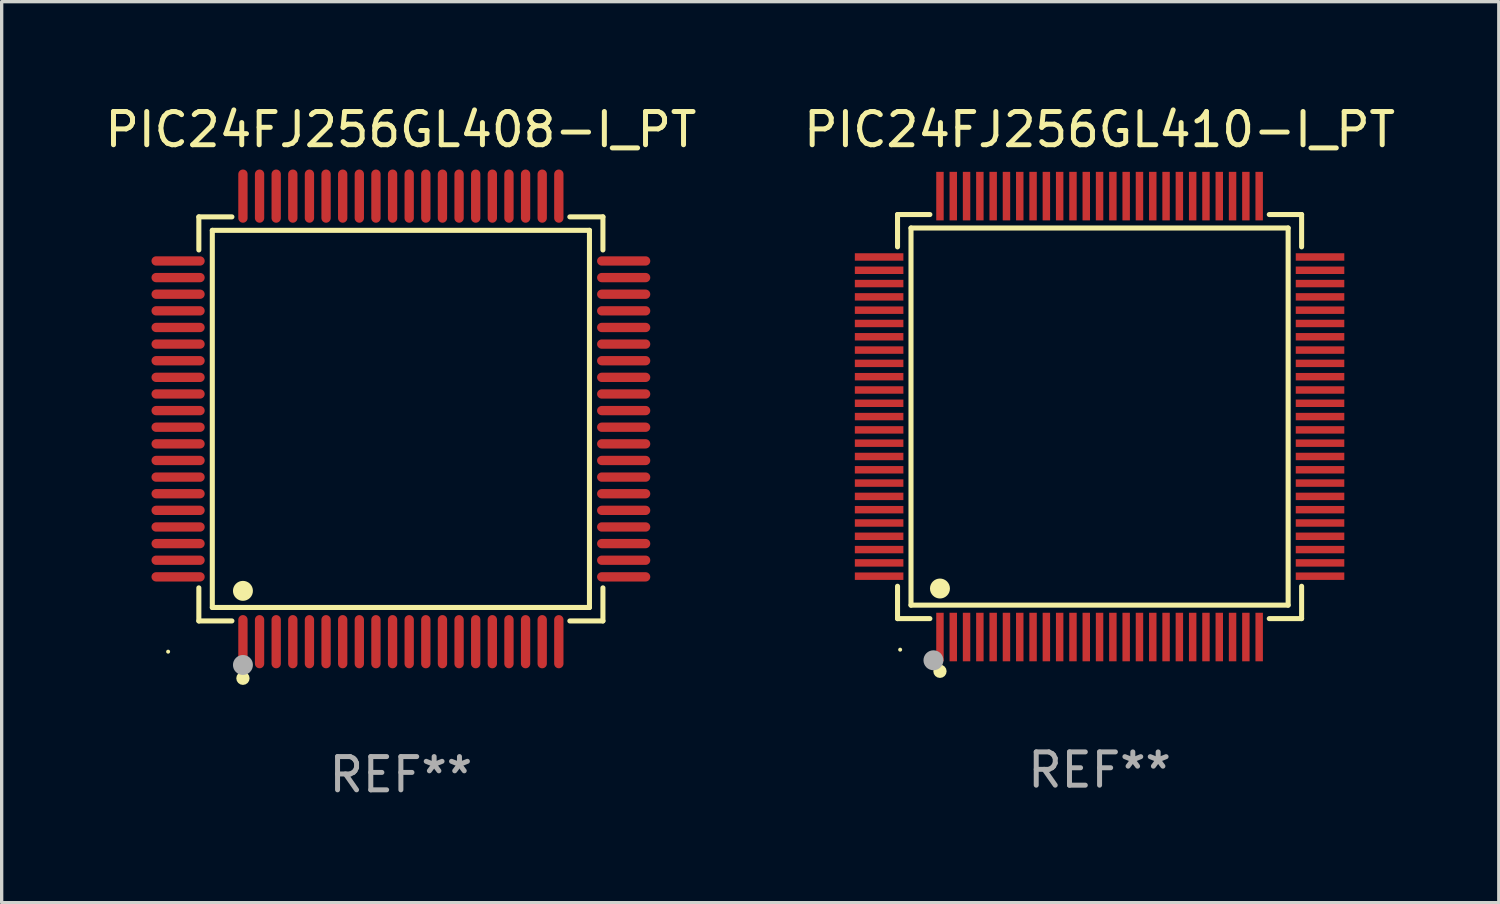
<source format=kicad_pcb>
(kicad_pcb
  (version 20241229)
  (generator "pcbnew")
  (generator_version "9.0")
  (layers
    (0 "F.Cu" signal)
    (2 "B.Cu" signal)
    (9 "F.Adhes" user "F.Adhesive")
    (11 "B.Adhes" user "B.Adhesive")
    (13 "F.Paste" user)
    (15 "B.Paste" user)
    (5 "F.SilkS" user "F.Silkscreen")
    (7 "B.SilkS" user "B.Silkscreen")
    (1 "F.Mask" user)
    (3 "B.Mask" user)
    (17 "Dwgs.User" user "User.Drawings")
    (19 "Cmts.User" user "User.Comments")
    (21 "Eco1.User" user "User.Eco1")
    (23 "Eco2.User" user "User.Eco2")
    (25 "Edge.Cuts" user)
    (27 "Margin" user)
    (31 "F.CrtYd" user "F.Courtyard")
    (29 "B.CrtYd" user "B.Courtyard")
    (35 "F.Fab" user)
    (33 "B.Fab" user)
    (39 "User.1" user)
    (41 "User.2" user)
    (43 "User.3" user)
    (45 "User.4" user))
  (footprint "PIC24FJ256GL408-I_PT"
    (layer "F.Cu")
    (at 9.006 9.548)
    (property "Reference" "PIC24FJ256GL408-I_PT" (at 0 -8.7 0) (layer "F.SilkS") (effects (font (size 1 1) (thickness 0.15))))
    (attr through_hole)
    (fp_line (start -6.076 -6.076) (end -5.081 -6.076) (stroke (width 0.152) (type solid)) (layer "F.SilkS"))
    (fp_line (start -6.076 -5.081) (end -6.076 -6.076) (stroke (width 0.152) (type solid)) (layer "F.SilkS"))
    (fp_line (start -6.076 5.081) (end -6.076 6.076) (stroke (width 0.152) (type solid)) (layer "F.SilkS"))
    (fp_line (start -6.076 6.076) (end -5.081 6.076) (stroke (width 0.152) (type solid)) (layer "F.SilkS"))
    (fp_line (start -5.671 -5.671) (end 5.671 -5.671) (stroke (width 0.152) (type solid)) (layer "F.SilkS"))
    (fp_line (start -5.671 5.671) (end -5.671 -5.671) (stroke (width 0.152) (type solid)) (layer "F.SilkS"))
    (fp_line (start 5.671 -5.671) (end 5.671 5.671) (stroke (width 0.152) (type solid)) (layer "F.SilkS"))
    (fp_line (start 5.671 5.671) (end -5.671 5.671) (stroke (width 0.152) (type solid)) (layer "F.SilkS"))
    (fp_line (start 6.076 -6.076) (end 5.081 -6.076) (stroke (width 0.152) (type solid)) (layer "F.SilkS"))
    (fp_line (start 6.076 -5.081) (end 6.076 -6.076) (stroke (width 0.152) (type solid)) (layer "F.SilkS"))
    (fp_line (start 6.076 5.081) (end 6.076 6.076) (stroke (width 0.152) (type solid)) (layer "F.SilkS"))
    (fp_line (start 6.076 6.076) (end 5.081 6.076) (stroke (width 0.152) (type solid)) (layer "F.SilkS"))
    (fp_circle (center -7 7) (end -6.97 7) (stroke (width 0.06) (type solid)) (fill no) (layer "F.SilkS"))
    (fp_circle (center -4.75 5.171) (end -4.6 5.171) (stroke (width 0.3) (type solid)) (fill no) (layer "F.SilkS"))
    (fp_circle (center -4.75 7.8) (end -4.65 7.8) (stroke (width 0.2) (type solid)) (fill no) (layer "F.SilkS"))
    (fp_circle (center -4.75 7.4) (end -4.6 7.4) (stroke (width 0.3) (type solid)) (fill no) (layer "F.Fab"))
    (fp_text user "REF**" (at 0 10.7 0) (layer "F.Fab") (effects (font (size 1 1) (thickness 0.15))))
    (pad "1" smd oval (at -4.75 6.7) (size 0.28 1.6) (layers "F.Cu" "F.Mask" "F.Paste"))
    (pad "2" smd oval (at -4.25 6.7) (size 0.28 1.6) (layers "F.Cu" "F.Mask" "F.Paste"))
    (pad "3" smd oval (at -3.75 6.7) (size 0.28 1.6) (layers "F.Cu" "F.Mask" "F.Paste"))
    (pad "4" smd oval (at -3.25 6.7) (size 0.28 1.6) (layers "F.Cu" "F.Mask" "F.Paste"))
    (pad "5" smd oval (at -2.75 6.7) (size 0.28 1.6) (layers "F.Cu" "F.Mask" "F.Paste"))
    (pad "6" smd oval (at -2.25 6.7) (size 0.28 1.6) (layers "F.Cu" "F.Mask" "F.Paste"))
    (pad "7" smd oval (at -1.75 6.7) (size 0.28 1.6) (layers "F.Cu" "F.Mask" "F.Paste"))
    (pad "8" smd oval (at -1.25 6.7) (size 0.28 1.6) (layers "F.Cu" "F.Mask" "F.Paste"))
    (pad "9" smd oval (at -0.75 6.7) (size 0.28 1.6) (layers "F.Cu" "F.Mask" "F.Paste"))
    (pad "10" smd oval (at -0.25 6.7) (size 0.28 1.6) (layers "F.Cu" "F.Mask" "F.Paste"))
    (pad "11" smd oval (at 0.25 6.7) (size 0.28 1.6) (layers "F.Cu" "F.Mask" "F.Paste"))
    (pad "12" smd oval (at 0.75 6.7) (size 0.28 1.6) (layers "F.Cu" "F.Mask" "F.Paste"))
    (pad "13" smd oval (at 1.25 6.7) (size 0.28 1.6) (layers "F.Cu" "F.Mask" "F.Paste"))
    (pad "14" smd oval (at 1.75 6.7) (size 0.28 1.6) (layers "F.Cu" "F.Mask" "F.Paste"))
    (pad "15" smd oval (at 2.25 6.7) (size 0.28 1.6) (layers "F.Cu" "F.Mask" "F.Paste"))
    (pad "16" smd oval (at 2.75 6.7) (size 0.28 1.6) (layers "F.Cu" "F.Mask" "F.Paste"))
    (pad "17" smd oval (at 3.25 6.7) (size 0.28 1.6) (layers "F.Cu" "F.Mask" "F.Paste"))
    (pad "18" smd oval (at 3.75 6.7) (size 0.28 1.6) (layers "F.Cu" "F.Mask" "F.Paste"))
    (pad "19" smd oval (at 4.25 6.7) (size 0.28 1.6) (layers "F.Cu" "F.Mask" "F.Paste"))
    (pad "20" smd oval (at 4.75 6.7) (size 0.28 1.6) (layers "F.Cu" "F.Mask" "F.Paste"))
    (pad "21" smd oval (at 6.7 4.75) (size 1.6 0.28) (layers "F.Cu" "F.Mask" "F.Paste"))
    (pad "22" smd oval (at 6.7 4.25) (size 1.6 0.28) (layers "F.Cu" "F.Mask" "F.Paste"))
    (pad "23" smd oval (at 6.7 3.75) (size 1.6 0.28) (layers "F.Cu" "F.Mask" "F.Paste"))
    (pad "24" smd oval (at 6.7 3.25) (size 1.6 0.28) (layers "F.Cu" "F.Mask" "F.Paste"))
    (pad "25" smd oval (at 6.7 2.75) (size 1.6 0.28) (layers "F.Cu" "F.Mask" "F.Paste"))
    (pad "26" smd oval (at 6.7 2.25) (size 1.6 0.28) (layers "F.Cu" "F.Mask" "F.Paste"))
    (pad "27" smd oval (at 6.7 1.75) (size 1.6 0.28) (layers "F.Cu" "F.Mask" "F.Paste"))
    (pad "28" smd oval (at 6.7 1.25) (size 1.6 0.28) (layers "F.Cu" "F.Mask" "F.Paste"))
    (pad "29" smd oval (at 6.7 0.75) (size 1.6 0.28) (layers "F.Cu" "F.Mask" "F.Paste"))
    (pad "30" smd oval (at 6.7 0.25) (size 1.6 0.28) (layers "F.Cu" "F.Mask" "F.Paste"))
    (pad "31" smd oval (at 6.7 -0.25) (size 1.6 0.28) (layers "F.Cu" "F.Mask" "F.Paste"))
    (pad "32" smd oval (at 6.7 -0.75) (size 1.6 0.28) (layers "F.Cu" "F.Mask" "F.Paste"))
    (pad "33" smd oval (at 6.7 -1.25) (size 1.6 0.28) (layers "F.Cu" "F.Mask" "F.Paste"))
    (pad "34" smd oval (at 6.7 -1.75) (size 1.6 0.28) (layers "F.Cu" "F.Mask" "F.Paste"))
    (pad "35" smd oval (at 6.7 -2.25) (size 1.6 0.28) (layers "F.Cu" "F.Mask" "F.Paste"))
    (pad "36" smd oval (at 6.7 -2.75) (size 1.6 0.28) (layers "F.Cu" "F.Mask" "F.Paste"))
    (pad "37" smd oval (at 6.7 -3.25) (size 1.6 0.28) (layers "F.Cu" "F.Mask" "F.Paste"))
    (pad "38" smd oval (at 6.7 -3.75) (size 1.6 0.28) (layers "F.Cu" "F.Mask" "F.Paste"))
    (pad "39" smd oval (at 6.7 -4.25) (size 1.6 0.28) (layers "F.Cu" "F.Mask" "F.Paste"))
    (pad "40" smd oval (at 6.7 -4.75) (size 1.6 0.28) (layers "F.Cu" "F.Mask" "F.Paste"))
    (pad "41" smd oval (at 4.75 -6.7) (size 0.28 1.6) (layers "F.Cu" "F.Mask" "F.Paste"))
    (pad "42" smd oval (at 4.25 -6.7) (size 0.28 1.6) (layers "F.Cu" "F.Mask" "F.Paste"))
    (pad "43" smd oval (at 3.75 -6.7) (size 0.28 1.6) (layers "F.Cu" "F.Mask" "F.Paste"))
    (pad "44" smd oval (at 3.25 -6.7) (size 0.28 1.6) (layers "F.Cu" "F.Mask" "F.Paste"))
    (pad "45" smd oval (at 2.75 -6.7) (size 0.28 1.6) (layers "F.Cu" "F.Mask" "F.Paste"))
    (pad "46" smd oval (at 2.25 -6.7) (size 0.28 1.6) (layers "F.Cu" "F.Mask" "F.Paste"))
    (pad "47" smd oval (at 1.75 -6.7) (size 0.28 1.6) (layers "F.Cu" "F.Mask" "F.Paste"))
    (pad "48" smd oval (at 1.25 -6.7) (size 0.28 1.6) (layers "F.Cu" "F.Mask" "F.Paste"))
    (pad "49" smd oval (at 0.75 -6.7) (size 0.28 1.6) (layers "F.Cu" "F.Mask" "F.Paste"))
    (pad "50" smd oval (at 0.25 -6.7) (size 0.28 1.6) (layers "F.Cu" "F.Mask" "F.Paste"))
    (pad "51" smd oval (at -0.25 -6.7) (size 0.28 1.6) (layers "F.Cu" "F.Mask" "F.Paste"))
    (pad "52" smd oval (at -0.75 -6.7) (size 0.28 1.6) (layers "F.Cu" "F.Mask" "F.Paste"))
    (pad "53" smd oval (at -1.25 -6.7) (size 0.28 1.6) (layers "F.Cu" "F.Mask" "F.Paste"))
    (pad "54" smd oval (at -1.75 -6.7) (size 0.28 1.6) (layers "F.Cu" "F.Mask" "F.Paste"))
    (pad "55" smd oval (at -2.25 -6.7) (size 0.28 1.6) (layers "F.Cu" "F.Mask" "F.Paste"))
    (pad "56" smd oval (at -2.75 -6.7) (size 0.28 1.6) (layers "F.Cu" "F.Mask" "F.Paste"))
    (pad "57" smd oval (at -3.25 -6.7) (size 0.28 1.6) (layers "F.Cu" "F.Mask" "F.Paste"))
    (pad "58" smd oval (at -3.75 -6.7) (size 0.28 1.6) (layers "F.Cu" "F.Mask" "F.Paste"))
    (pad "59" smd oval (at -4.25 -6.7) (size 0.28 1.6) (layers "F.Cu" "F.Mask" "F.Paste"))
    (pad "60" smd oval (at -4.75 -6.7) (size 0.28 1.6) (layers "F.Cu" "F.Mask" "F.Paste"))
    (pad "61" smd oval (at -6.7 -4.75) (size 1.6 0.28) (layers "F.Cu" "F.Mask" "F.Paste"))
    (pad "62" smd oval (at -6.7 -4.25) (size 1.6 0.28) (layers "F.Cu" "F.Mask" "F.Paste"))
    (pad "63" smd oval (at -6.7 -3.75) (size 1.6 0.28) (layers "F.Cu" "F.Mask" "F.Paste"))
    (pad "64" smd oval (at -6.7 -3.25) (size 1.6 0.28) (layers "F.Cu" "F.Mask" "F.Paste"))
    (pad "65" smd oval (at -6.7 -2.75) (size 1.6 0.28) (layers "F.Cu" "F.Mask" "F.Paste"))
    (pad "66" smd oval (at -6.7 -2.25) (size 1.6 0.28) (layers "F.Cu" "F.Mask" "F.Paste"))
    (pad "67" smd oval (at -6.7 -1.75) (size 1.6 0.28) (layers "F.Cu" "F.Mask" "F.Paste"))
    (pad "68" smd oval (at -6.7 -1.25) (size 1.6 0.28) (layers "F.Cu" "F.Mask" "F.Paste"))
    (pad "69" smd oval (at -6.7 -0.75) (size 1.6 0.28) (layers "F.Cu" "F.Mask" "F.Paste"))
    (pad "70" smd oval (at -6.7 -0.25) (size 1.6 0.28) (layers "F.Cu" "F.Mask" "F.Paste"))
    (pad "71" smd oval (at -6.7 0.25) (size 1.6 0.28) (layers "F.Cu" "F.Mask" "F.Paste"))
    (pad "72" smd oval (at -6.7 0.75) (size 1.6 0.28) (layers "F.Cu" "F.Mask" "F.Paste"))
    (pad "73" smd oval (at -6.7 1.25) (size 1.6 0.28) (layers "F.Cu" "F.Mask" "F.Paste"))
    (pad "74" smd oval (at -6.7 1.75) (size 1.6 0.28) (layers "F.Cu" "F.Mask" "F.Paste"))
    (pad "75" smd oval (at -6.7 2.25) (size 1.6 0.28) (layers "F.Cu" "F.Mask" "F.Paste"))
    (pad "76" smd oval (at -6.7 2.75) (size 1.6 0.28) (layers "F.Cu" "F.Mask" "F.Paste"))
    (pad "77" smd oval (at -6.7 3.25) (size 1.6 0.28) (layers "F.Cu" "F.Mask" "F.Paste"))
    (pad "78" smd oval (at -6.7 3.75) (size 1.6 0.28) (layers "F.Cu" "F.Mask" "F.Paste"))
    (pad "79" smd oval (at -6.7 4.25) (size 1.6 0.28) (layers "F.Cu" "F.Mask" "F.Paste"))
    (pad "80" smd oval (at -6.7 4.75) (size 1.6 0.28) (layers "F.Cu" "F.Mask" "F.Paste")))
  (footprint "PIC24FJ256GL410-I_PT"
    (layer "F.Cu")
    (at 30.018 9.478)
    (property "Reference" "PIC24FJ256GL410-I_PT" (at 0 -8.63 0) (layer "F.SilkS") (effects (font (size 1 1) (thickness 0.15))))
    (attr through_hole)
    (fp_line (start -6.076 -6.076) (end -5.103 -6.076) (stroke (width 0.152) (type solid)) (layer "F.SilkS"))
    (fp_line (start -6.076 -5.103) (end -6.076 -6.076) (stroke (width 0.152) (type solid)) (layer "F.SilkS"))
    (fp_line (start -6.076 5.103) (end -6.076 6.076) (stroke (width 0.152) (type solid)) (layer "F.SilkS"))
    (fp_line (start -6.076 6.076) (end -5.103 6.076) (stroke (width 0.152) (type solid)) (layer "F.SilkS"))
    (fp_line (start -5.671 -5.671) (end 5.671 -5.671) (stroke (width 0.152) (type solid)) (layer "F.SilkS"))
    (fp_line (start -5.671 5.671) (end -5.671 -5.671) (stroke (width 0.152) (type solid)) (layer "F.SilkS"))
    (fp_line (start 5.671 -5.671) (end 5.671 5.671) (stroke (width 0.152) (type solid)) (layer "F.SilkS"))
    (fp_line (start 5.671 5.671) (end -5.671 5.671) (stroke (width 0.152) (type solid)) (layer "F.SilkS"))
    (fp_line (start 6.076 -6.076) (end 5.103 -6.076) (stroke (width 0.152) (type solid)) (layer "F.SilkS"))
    (fp_line (start 6.076 -5.103) (end 6.076 -6.076) (stroke (width 0.152) (type solid)) (layer "F.SilkS"))
    (fp_line (start 6.076 5.103) (end 6.076 6.076) (stroke (width 0.152) (type solid)) (layer "F.SilkS"))
    (fp_line (start 6.076 6.076) (end 5.103 6.076) (stroke (width 0.152) (type solid)) (layer "F.SilkS"))
    (fp_circle (center -5.997 7.01) (end -5.967 7.01) (stroke (width 0.06) (type solid)) (fill no) (layer "F.SilkS"))
    (fp_circle (center -4.8 5.171) (end -4.65 5.171) (stroke (width 0.3) (type solid)) (fill no) (layer "F.SilkS"))
    (fp_circle (center -4.8 7.66) (end -4.7 7.66) (stroke (width 0.2) (type solid)) (fill no) (layer "F.SilkS"))
    (fp_circle (center -4.996 7.329) (end -4.846 7.329) (stroke (width 0.3) (type solid)) (fill no) (layer "F.Fab"))
    (fp_text user "REF**" (at 0 10.63 0) (layer "F.Fab") (effects (font (size 1 1) (thickness 0.15))))
    (pad "1" smd rect (at -4.8 6.63) (size 0.224 1.46) (layers "F.Cu" "F.Mask" "F.Paste"))
    (pad "2" smd rect (at -4.4 6.63) (size 0.224 1.46) (layers "F.Cu" "F.Mask" "F.Paste"))
    (pad "3" smd rect (at -4 6.63) (size 0.224 1.46) (layers "F.Cu" "F.Mask" "F.Paste"))
    (pad "4" smd rect (at -3.6 6.63) (size 0.224 1.46) (layers "F.Cu" "F.Mask" "F.Paste"))
    (pad "5" smd rect (at -3.2 6.63) (size 0.224 1.46) (layers "F.Cu" "F.Mask" "F.Paste"))
    (pad "6" smd rect (at -2.8 6.63) (size 0.224 1.46) (layers "F.Cu" "F.Mask" "F.Paste"))
    (pad "7" smd rect (at -2.4 6.63) (size 0.224 1.46) (layers "F.Cu" "F.Mask" "F.Paste"))
    (pad "8" smd rect (at -2 6.63) (size 0.224 1.46) (layers "F.Cu" "F.Mask" "F.Paste"))
    (pad "9" smd rect (at -1.6 6.63) (size 0.224 1.46) (layers "F.Cu" "F.Mask" "F.Paste"))
    (pad "10" smd rect (at -1.2 6.63) (size 0.224 1.46) (layers "F.Cu" "F.Mask" "F.Paste"))
    (pad "11" smd rect (at -0.8 6.63) (size 0.224 1.46) (layers "F.Cu" "F.Mask" "F.Paste"))
    (pad "12" smd rect (at -0.4 6.63) (size 0.224 1.46) (layers "F.Cu" "F.Mask" "F.Paste"))
    (pad "13" smd rect (at 0 6.63) (size 0.224 1.46) (layers "F.Cu" "F.Mask" "F.Paste"))
    (pad "14" smd rect (at 0.4 6.63) (size 0.224 1.46) (layers "F.Cu" "F.Mask" "F.Paste"))
    (pad "15" smd rect (at 0.8 6.63) (size 0.224 1.46) (layers "F.Cu" "F.Mask" "F.Paste"))
    (pad "16" smd rect (at 1.2 6.63) (size 0.224 1.46) (layers "F.Cu" "F.Mask" "F.Paste"))
    (pad "17" smd rect (at 1.6 6.63) (size 0.224 1.46) (layers "F.Cu" "F.Mask" "F.Paste"))
    (pad "18" smd rect (at 2 6.63) (size 0.224 1.46) (layers "F.Cu" "F.Mask" "F.Paste"))
    (pad "19" smd rect (at 2.4 6.63) (size 0.224 1.46) (layers "F.Cu" "F.Mask" "F.Paste"))
    (pad "20" smd rect (at 2.8 6.63) (size 0.224 1.46) (layers "F.Cu" "F.Mask" "F.Paste"))
    (pad "21" smd rect (at 3.2 6.63) (size 0.224 1.46) (layers "F.Cu" "F.Mask" "F.Paste"))
    (pad "22" smd rect (at 3.6 6.63) (size 0.224 1.46) (layers "F.Cu" "F.Mask" "F.Paste"))
    (pad "23" smd rect (at 4 6.63) (size 0.224 1.46) (layers "F.Cu" "F.Mask" "F.Paste"))
    (pad "24" smd rect (at 4.4 6.63) (size 0.224 1.46) (layers "F.Cu" "F.Mask" "F.Paste"))
    (pad "25" smd rect (at 4.8 6.63) (size 0.224 1.46) (layers "F.Cu" "F.Mask" "F.Paste"))
    (pad "26" smd rect (at 6.63 4.8) (size 1.46 0.224) (layers "F.Cu" "F.Mask" "F.Paste"))
    (pad "27" smd rect (at 6.63 4.4) (size 1.46 0.224) (layers "F.Cu" "F.Mask" "F.Paste"))
    (pad "28" smd rect (at 6.63 4) (size 1.46 0.224) (layers "F.Cu" "F.Mask" "F.Paste"))
    (pad "29" smd rect (at 6.63 3.6) (size 1.46 0.224) (layers "F.Cu" "F.Mask" "F.Paste"))
    (pad "30" smd rect (at 6.63 3.2) (size 1.46 0.224) (layers "F.Cu" "F.Mask" "F.Paste"))
    (pad "31" smd rect (at 6.63 2.8) (size 1.46 0.224) (layers "F.Cu" "F.Mask" "F.Paste"))
    (pad "32" smd rect (at 6.63 2.4) (size 1.46 0.224) (layers "F.Cu" "F.Mask" "F.Paste"))
    (pad "33" smd rect (at 6.63 2) (size 1.46 0.224) (layers "F.Cu" "F.Mask" "F.Paste"))
    (pad "34" smd rect (at 6.63 1.6) (size 1.46 0.224) (layers "F.Cu" "F.Mask" "F.Paste"))
    (pad "35" smd rect (at 6.63 1.2) (size 1.46 0.224) (layers "F.Cu" "F.Mask" "F.Paste"))
    (pad "36" smd rect (at 6.63 0.8) (size 1.46 0.224) (layers "F.Cu" "F.Mask" "F.Paste"))
    (pad "37" smd rect (at 6.63 0.4) (size 1.46 0.224) (layers "F.Cu" "F.Mask" "F.Paste"))
    (pad "38" smd rect (at 6.63 0) (size 1.46 0.224) (layers "F.Cu" "F.Mask" "F.Paste"))
    (pad "39" smd rect (at 6.63 -0.4) (size 1.46 0.224) (layers "F.Cu" "F.Mask" "F.Paste"))
    (pad "40" smd rect (at 6.63 -0.8) (size 1.46 0.224) (layers "F.Cu" "F.Mask" "F.Paste"))
    (pad "41" smd rect (at 6.63 -1.2) (size 1.46 0.224) (layers "F.Cu" "F.Mask" "F.Paste"))
    (pad "42" smd rect (at 6.63 -1.6) (size 1.46 0.224) (layers "F.Cu" "F.Mask" "F.Paste"))
    (pad "43" smd rect (at 6.63 -2) (size 1.46 0.224) (layers "F.Cu" "F.Mask" "F.Paste"))
    (pad "44" smd rect (at 6.63 -2.4) (size 1.46 0.224) (layers "F.Cu" "F.Mask" "F.Paste"))
    (pad "45" smd rect (at 6.63 -2.8) (size 1.46 0.224) (layers "F.Cu" "F.Mask" "F.Paste"))
    (pad "46" smd rect (at 6.63 -3.2) (size 1.46 0.224) (layers "F.Cu" "F.Mask" "F.Paste"))
    (pad "47" smd rect (at 6.63 -3.6) (size 1.46 0.224) (layers "F.Cu" "F.Mask" "F.Paste"))
    (pad "48" smd rect (at 6.63 -4) (size 1.46 0.224) (layers "F.Cu" "F.Mask" "F.Paste"))
    (pad "49" smd rect (at 6.63 -4.4) (size 1.46 0.224) (layers "F.Cu" "F.Mask" "F.Paste"))
    (pad "50" smd rect (at 6.63 -4.8) (size 1.46 0.224) (layers "F.Cu" "F.Mask" "F.Paste"))
    (pad "51" smd rect (at 4.8 -6.63) (size 0.224 1.46) (layers "F.Cu" "F.Mask" "F.Paste"))
    (pad "52" smd rect (at 4.4 -6.63) (size 0.224 1.46) (layers "F.Cu" "F.Mask" "F.Paste"))
    (pad "53" smd rect (at 4 -6.63) (size 0.224 1.46) (layers "F.Cu" "F.Mask" "F.Paste"))
    (pad "54" smd rect (at 3.6 -6.63) (size 0.224 1.46) (layers "F.Cu" "F.Mask" "F.Paste"))
    (pad "55" smd rect (at 3.2 -6.63) (size 0.224 1.46) (layers "F.Cu" "F.Mask" "F.Paste"))
    (pad "56" smd rect (at 2.8 -6.63) (size 0.224 1.46) (layers "F.Cu" "F.Mask" "F.Paste"))
    (pad "57" smd rect (at 2.4 -6.63) (size 0.224 1.46) (layers "F.Cu" "F.Mask" "F.Paste"))
    (pad "58" smd rect (at 2 -6.63) (size 0.224 1.46) (layers "F.Cu" "F.Mask" "F.Paste"))
    (pad "59" smd rect (at 1.6 -6.63) (size 0.224 1.46) (layers "F.Cu" "F.Mask" "F.Paste"))
    (pad "60" smd rect (at 1.2 -6.63) (size 0.224 1.46) (layers "F.Cu" "F.Mask" "F.Paste"))
    (pad "61" smd rect (at 0.8 -6.63) (size 0.224 1.46) (layers "F.Cu" "F.Mask" "F.Paste"))
    (pad "62" smd rect (at 0.4 -6.63) (size 0.224 1.46) (layers "F.Cu" "F.Mask" "F.Paste"))
    (pad "63" smd rect (at 0 -6.63) (size 0.224 1.46) (layers "F.Cu" "F.Mask" "F.Paste"))
    (pad "64" smd rect (at -0.4 -6.63) (size 0.224 1.46) (layers "F.Cu" "F.Mask" "F.Paste"))
    (pad "65" smd rect (at -0.8 -6.63) (size 0.224 1.46) (layers "F.Cu" "F.Mask" "F.Paste"))
    (pad "66" smd rect (at -1.2 -6.63) (size 0.224 1.46) (layers "F.Cu" "F.Mask" "F.Paste"))
    (pad "67" smd rect (at -1.6 -6.63) (size 0.224 1.46) (layers "F.Cu" "F.Mask" "F.Paste"))
    (pad "68" smd rect (at -2 -6.63) (size 0.224 1.46) (layers "F.Cu" "F.Mask" "F.Paste"))
    (pad "69" smd rect (at -2.4 -6.63) (size 0.224 1.46) (layers "F.Cu" "F.Mask" "F.Paste"))
    (pad "70" smd rect (at -2.8 -6.63) (size 0.224 1.46) (layers "F.Cu" "F.Mask" "F.Paste"))
    (pad "71" smd rect (at -3.2 -6.63) (size 0.224 1.46) (layers "F.Cu" "F.Mask" "F.Paste"))
    (pad "72" smd rect (at -3.6 -6.63) (size 0.224 1.46) (layers "F.Cu" "F.Mask" "F.Paste"))
    (pad "73" smd rect (at -4 -6.63) (size 0.224 1.46) (layers "F.Cu" "F.Mask" "F.Paste"))
    (pad "74" smd rect (at -4.4 -6.63) (size 0.224 1.46) (layers "F.Cu" "F.Mask" "F.Paste"))
    (pad "75" smd rect (at -4.8 -6.63) (size 0.224 1.46) (layers "F.Cu" "F.Mask" "F.Paste"))
    (pad "76" smd rect (at -6.63 -4.8) (size 1.46 0.224) (layers "F.Cu" "F.Mask" "F.Paste"))
    (pad "77" smd rect (at -6.63 -4.4) (size 1.46 0.224) (layers "F.Cu" "F.Mask" "F.Paste"))
    (pad "78" smd rect (at -6.63 -4) (size 1.46 0.224) (layers "F.Cu" "F.Mask" "F.Paste"))
    (pad "79" smd rect (at -6.63 -3.6) (size 1.46 0.224) (layers "F.Cu" "F.Mask" "F.Paste"))
    (pad "80" smd rect (at -6.63 -3.2) (size 1.46 0.224) (layers "F.Cu" "F.Mask" "F.Paste"))
    (pad "81" smd rect (at -6.63 -2.8) (size 1.46 0.224) (layers "F.Cu" "F.Mask" "F.Paste"))
    (pad "82" smd rect (at -6.63 -2.4) (size 1.46 0.224) (layers "F.Cu" "F.Mask" "F.Paste"))
    (pad "83" smd rect (at -6.63 -2) (size 1.46 0.224) (layers "F.Cu" "F.Mask" "F.Paste"))
    (pad "84" smd rect (at -6.63 -1.6) (size 1.46 0.224) (layers "F.Cu" "F.Mask" "F.Paste"))
    (pad "85" smd rect (at -6.63 -1.2) (size 1.46 0.224) (layers "F.Cu" "F.Mask" "F.Paste"))
    (pad "86" smd rect (at -6.63 -0.8) (size 1.46 0.224) (layers "F.Cu" "F.Mask" "F.Paste"))
    (pad "87" smd rect (at -6.63 -0.4) (size 1.46 0.224) (layers "F.Cu" "F.Mask" "F.Paste"))
    (pad "88" smd rect (at -6.63 0) (size 1.46 0.224) (layers "F.Cu" "F.Mask" "F.Paste"))
    (pad "89" smd rect (at -6.63 0.4) (size 1.46 0.224) (layers "F.Cu" "F.Mask" "F.Paste"))
    (pad "90" smd rect (at -6.63 0.8) (size 1.46 0.224) (layers "F.Cu" "F.Mask" "F.Paste"))
    (pad "91" smd rect (at -6.63 1.2) (size 1.46 0.224) (layers "F.Cu" "F.Mask" "F.Paste"))
    (pad "92" smd rect (at -6.63 1.6) (size 1.46 0.224) (layers "F.Cu" "F.Mask" "F.Paste"))
    (pad "93" smd rect (at -6.63 2) (size 1.46 0.224) (layers "F.Cu" "F.Mask" "F.Paste"))
    (pad "94" smd rect (at -6.63 2.4) (size 1.46 0.224) (layers "F.Cu" "F.Mask" "F.Paste"))
    (pad "95" smd rect (at -6.63 2.8) (size 1.46 0.224) (layers "F.Cu" "F.Mask" "F.Paste"))
    (pad "96" smd rect (at -6.63 3.2) (size 1.46 0.224) (layers "F.Cu" "F.Mask" "F.Paste"))
    (pad "97" smd rect (at -6.63 3.6) (size 1.46 0.224) (layers "F.Cu" "F.Mask" "F.Paste"))
    (pad "98" smd rect (at -6.63 4) (size 1.46 0.224) (layers "F.Cu" "F.Mask" "F.Paste"))
    (pad "99" smd rect (at -6.63 4.4) (size 1.46 0.224) (layers "F.Cu" "F.Mask" "F.Paste"))
    (pad "100" smd rect (at -6.63 4.8) (size 1.46 0.224) (layers "F.Cu" "F.Mask" "F.Paste")))
  (gr_rect
    (start -3 -3)
    (end 42.024 24.097)
    (stroke (width 0.1) (type default))
    (fill no)
    (layer "Edge.Cuts")))
</source>
